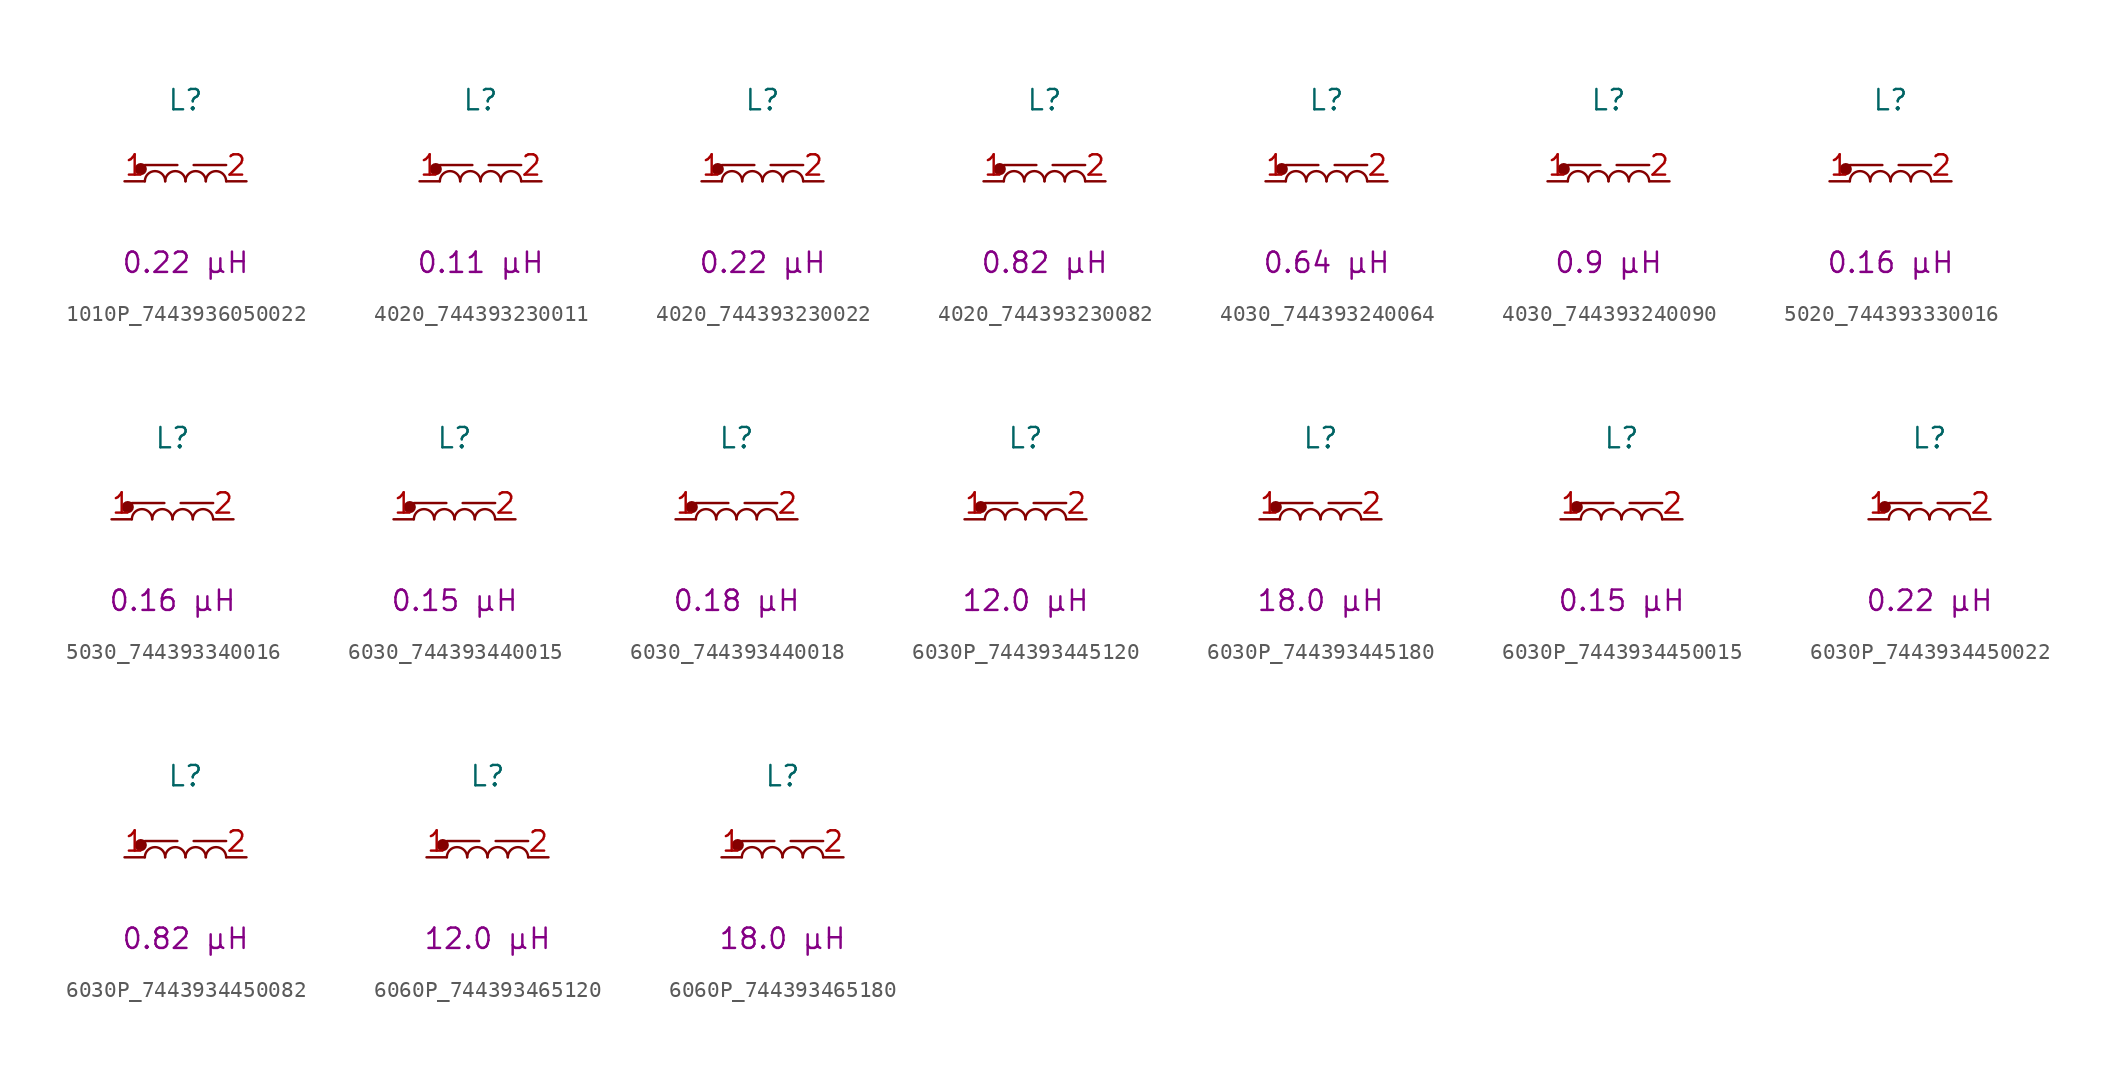
<source format=kicad_sym>
(kicad_symbol_lib
  (version 20220914)
  (generator kicad_symbol_editor)
  (symbol "1010P_7443936050022"
    (pin_names hide)
    (property "Reference" "L"
      (at 0 5.08 0)
      (effects (font (size 1.27 1.27))))
    (property "Critical Parameter" "0.22 µH"
      (at 0 -5.08 0)
      (effects (font (size 1.27 1.27))))
    (symbol "1010P_7443936050022_0_1"
      (arc (start -1.27 0) (mid -1.905 0.6323) (end -2.54 0) (stroke (width 0) (type default)) (fill (type none)))
      (arc (start 0 0) (mid -0.635 0.6323) (end -1.27 0) (stroke (width 0) (type default)) (fill (type none)))
      (polyline (pts (xy -2.54 1.016) (xy -0.508 1.016)) (stroke (width 0) (type default)) (fill (type none)))
      (arc (start 1.27 0) (mid 0.635 0.6323) (end 0 0) (stroke (width 0) (type default)) (fill (type none)))
      (arc (start 2.54 0) (mid 1.905 0.6323) (end 1.27 0) (stroke (width 0) (type default)) (fill (type none))))
    (symbol "1010P_7443936050022_1_1"
      (circle (center -2.794 0.762) (radius 0.0001) (stroke (width 0.381) (type default)) (fill (type none)))
      (polyline (pts (xy 2.54 1.016) (xy 0.508 1.016)) (stroke (width 0) (type default)) (fill (type none)))
      (pin passive line (at -3.81 0 0) (length 1.27) (name "1" (effects (font (size 1.27 1.27)))) (number "1" (effects (font (size 1.27 1.27)))))
      (pin passive line (at 3.81 0 180) (length 1.27) (name "2" (effects (font (size 1.27 1.27)))) (number "2" (effects (font (size 1.27 1.27)))))))
  (symbol "4020_744393230011"
    (pin_names hide)
    (property "Reference" "L"
      (at 0 5.08 0)
      (effects (font (size 1.27 1.27))))
    (property "Critical Parameter" "0.11 µH"
      (at 0 -5.08 0)
      (effects (font (size 1.27 1.27))))
    (symbol "4020_744393230011_0_1"
      (arc (start -1.27 0) (mid -1.905 0.6323) (end -2.54 0) (stroke (width 0) (type default)) (fill (type none)))
      (arc (start 0 0) (mid -0.635 0.6323) (end -1.27 0) (stroke (width 0) (type default)) (fill (type none)))
      (polyline (pts (xy -2.54 1.016) (xy -0.508 1.016)) (stroke (width 0) (type default)) (fill (type none)))
      (arc (start 1.27 0) (mid 0.635 0.6323) (end 0 0) (stroke (width 0) (type default)) (fill (type none)))
      (arc (start 2.54 0) (mid 1.905 0.6323) (end 1.27 0) (stroke (width 0) (type default)) (fill (type none))))
    (symbol "4020_744393230011_1_1"
      (circle (center -2.794 0.762) (radius 0.0001) (stroke (width 0.381) (type default)) (fill (type none)))
      (polyline (pts (xy 2.54 1.016) (xy 0.508 1.016)) (stroke (width 0) (type default)) (fill (type none)))
      (pin passive line (at -3.81 0 0) (length 1.27) (name "1" (effects (font (size 1.27 1.27)))) (number "1" (effects (font (size 1.27 1.27)))))
      (pin passive line (at 3.81 0 180) (length 1.27) (name "2" (effects (font (size 1.27 1.27)))) (number "2" (effects (font (size 1.27 1.27)))))))
  (symbol "4020_744393230022"
    (pin_names hide)
    (property "Reference" "L"
      (at 0 5.08 0)
      (effects (font (size 1.27 1.27))))
    (property "Critical Parameter" "0.22 µH"
      (at 0 -5.08 0)
      (effects (font (size 1.27 1.27))))
    (symbol "4020_744393230022_0_1"
      (arc (start -1.27 0) (mid -1.905 0.6323) (end -2.54 0) (stroke (width 0) (type default)) (fill (type none)))
      (arc (start 0 0) (mid -0.635 0.6323) (end -1.27 0) (stroke (width 0) (type default)) (fill (type none)))
      (polyline (pts (xy -2.54 1.016) (xy -0.508 1.016)) (stroke (width 0) (type default)) (fill (type none)))
      (arc (start 1.27 0) (mid 0.635 0.6323) (end 0 0) (stroke (width 0) (type default)) (fill (type none)))
      (arc (start 2.54 0) (mid 1.905 0.6323) (end 1.27 0) (stroke (width 0) (type default)) (fill (type none))))
    (symbol "4020_744393230022_1_1"
      (circle (center -2.794 0.762) (radius 0.0001) (stroke (width 0.381) (type default)) (fill (type none)))
      (polyline (pts (xy 2.54 1.016) (xy 0.508 1.016)) (stroke (width 0) (type default)) (fill (type none)))
      (pin passive line (at -3.81 0 0) (length 1.27) (name "1" (effects (font (size 1.27 1.27)))) (number "1" (effects (font (size 1.27 1.27)))))
      (pin passive line (at 3.81 0 180) (length 1.27) (name "2" (effects (font (size 1.27 1.27)))) (number "2" (effects (font (size 1.27 1.27)))))))
  (symbol "4020_744393230082"
    (pin_names hide)
    (property "Reference" "L"
      (at 0 5.08 0)
      (effects (font (size 1.27 1.27))))
    (property "Critical Parameter" "0.82 µH"
      (at 0 -5.08 0)
      (effects (font (size 1.27 1.27))))
    (symbol "4020_744393230082_0_1"
      (arc (start -1.27 0) (mid -1.905 0.6323) (end -2.54 0) (stroke (width 0) (type default)) (fill (type none)))
      (arc (start 0 0) (mid -0.635 0.6323) (end -1.27 0) (stroke (width 0) (type default)) (fill (type none)))
      (polyline (pts (xy -2.54 1.016) (xy -0.508 1.016)) (stroke (width 0) (type default)) (fill (type none)))
      (arc (start 1.27 0) (mid 0.635 0.6323) (end 0 0) (stroke (width 0) (type default)) (fill (type none)))
      (arc (start 2.54 0) (mid 1.905 0.6323) (end 1.27 0) (stroke (width 0) (type default)) (fill (type none))))
    (symbol "4020_744393230082_1_1"
      (circle (center -2.794 0.762) (radius 0.0001) (stroke (width 0.381) (type default)) (fill (type none)))
      (polyline (pts (xy 2.54 1.016) (xy 0.508 1.016)) (stroke (width 0) (type default)) (fill (type none)))
      (pin passive line (at -3.81 0 0) (length 1.27) (name "1" (effects (font (size 1.27 1.27)))) (number "1" (effects (font (size 1.27 1.27)))))
      (pin passive line (at 3.81 0 180) (length 1.27) (name "2" (effects (font (size 1.27 1.27)))) (number "2" (effects (font (size 1.27 1.27)))))))
  (symbol "4030_744393240064"
    (pin_names hide)
    (property "Reference" "L"
      (at 0 5.08 0)
      (effects (font (size 1.27 1.27))))
    (property "Critical Parameter" "0.64 µH"
      (at 0 -5.08 0)
      (effects (font (size 1.27 1.27))))
    (symbol "4030_744393240064_0_1"
      (arc (start -1.27 0) (mid -1.905 0.6323) (end -2.54 0) (stroke (width 0) (type default)) (fill (type none)))
      (arc (start 0 0) (mid -0.635 0.6323) (end -1.27 0) (stroke (width 0) (type default)) (fill (type none)))
      (polyline (pts (xy -2.54 1.016) (xy -0.508 1.016)) (stroke (width 0) (type default)) (fill (type none)))
      (arc (start 1.27 0) (mid 0.635 0.6323) (end 0 0) (stroke (width 0) (type default)) (fill (type none)))
      (arc (start 2.54 0) (mid 1.905 0.6323) (end 1.27 0) (stroke (width 0) (type default)) (fill (type none))))
    (symbol "4030_744393240064_1_1"
      (circle (center -2.794 0.762) (radius 0.0001) (stroke (width 0.381) (type default)) (fill (type none)))
      (polyline (pts (xy 2.54 1.016) (xy 0.508 1.016)) (stroke (width 0) (type default)) (fill (type none)))
      (pin passive line (at -3.81 0 0) (length 1.27) (name "1" (effects (font (size 1.27 1.27)))) (number "1" (effects (font (size 1.27 1.27)))))
      (pin passive line (at 3.81 0 180) (length 1.27) (name "2" (effects (font (size 1.27 1.27)))) (number "2" (effects (font (size 1.27 1.27)))))))
  (symbol "4030_744393240090"
    (pin_names hide)
    (property "Reference" "L"
      (at 0 5.08 0)
      (effects (font (size 1.27 1.27))))
    (property "Critical Parameter" "0.9 µH"
      (at 0 -5.08 0)
      (effects (font (size 1.27 1.27))))
    (symbol "4030_744393240090_0_1"
      (arc (start -1.27 0) (mid -1.905 0.6323) (end -2.54 0) (stroke (width 0) (type default)) (fill (type none)))
      (arc (start 0 0) (mid -0.635 0.6323) (end -1.27 0) (stroke (width 0) (type default)) (fill (type none)))
      (polyline (pts (xy -2.54 1.016) (xy -0.508 1.016)) (stroke (width 0) (type default)) (fill (type none)))
      (arc (start 1.27 0) (mid 0.635 0.6323) (end 0 0) (stroke (width 0) (type default)) (fill (type none)))
      (arc (start 2.54 0) (mid 1.905 0.6323) (end 1.27 0) (stroke (width 0) (type default)) (fill (type none))))
    (symbol "4030_744393240090_1_1"
      (circle (center -2.794 0.762) (radius 0.0001) (stroke (width 0.381) (type default)) (fill (type none)))
      (polyline (pts (xy 2.54 1.016) (xy 0.508 1.016)) (stroke (width 0) (type default)) (fill (type none)))
      (pin passive line (at -3.81 0 0) (length 1.27) (name "1" (effects (font (size 1.27 1.27)))) (number "1" (effects (font (size 1.27 1.27)))))
      (pin passive line (at 3.81 0 180) (length 1.27) (name "2" (effects (font (size 1.27 1.27)))) (number "2" (effects (font (size 1.27 1.27)))))))
  (symbol "5020_744393330016"
    (pin_names hide)
    (property "Reference" "L"
      (at 0 5.08 0)
      (effects (font (size 1.27 1.27))))
    (property "Critical Parameter" "0.16 µH"
      (at 0 -5.08 0)
      (effects (font (size 1.27 1.27))))
    (symbol "5020_744393330016_0_1"
      (arc (start -1.27 0) (mid -1.905 0.6323) (end -2.54 0) (stroke (width 0) (type default)) (fill (type none)))
      (arc (start 0 0) (mid -0.635 0.6323) (end -1.27 0) (stroke (width 0) (type default)) (fill (type none)))
      (polyline (pts (xy -2.54 1.016) (xy -0.508 1.016)) (stroke (width 0) (type default)) (fill (type none)))
      (arc (start 1.27 0) (mid 0.635 0.6323) (end 0 0) (stroke (width 0) (type default)) (fill (type none)))
      (arc (start 2.54 0) (mid 1.905 0.6323) (end 1.27 0) (stroke (width 0) (type default)) (fill (type none))))
    (symbol "5020_744393330016_1_1"
      (circle (center -2.794 0.762) (radius 0.0001) (stroke (width 0.381) (type default)) (fill (type none)))
      (polyline (pts (xy 2.54 1.016) (xy 0.508 1.016)) (stroke (width 0) (type default)) (fill (type none)))
      (pin passive line (at -3.81 0 0) (length 1.27) (name "1" (effects (font (size 1.27 1.27)))) (number "1" (effects (font (size 1.27 1.27)))))
      (pin passive line (at 3.81 0 180) (length 1.27) (name "2" (effects (font (size 1.27 1.27)))) (number "2" (effects (font (size 1.27 1.27)))))))
  (symbol "5030_744393340016"
    (pin_names hide)
    (property "Reference" "L"
      (at 0 5.08 0)
      (effects (font (size 1.27 1.27))))
    (property "Critical Parameter" "0.16 µH"
      (at 0 -5.08 0)
      (effects (font (size 1.27 1.27))))
    (symbol "5030_744393340016_0_1"
      (arc (start -1.27 0) (mid -1.905 0.6323) (end -2.54 0) (stroke (width 0) (type default)) (fill (type none)))
      (arc (start 0 0) (mid -0.635 0.6323) (end -1.27 0) (stroke (width 0) (type default)) (fill (type none)))
      (polyline (pts (xy -2.54 1.016) (xy -0.508 1.016)) (stroke (width 0) (type default)) (fill (type none)))
      (arc (start 1.27 0) (mid 0.635 0.6323) (end 0 0) (stroke (width 0) (type default)) (fill (type none)))
      (arc (start 2.54 0) (mid 1.905 0.6323) (end 1.27 0) (stroke (width 0) (type default)) (fill (type none))))
    (symbol "5030_744393340016_1_1"
      (circle (center -2.794 0.762) (radius 0.0001) (stroke (width 0.381) (type default)) (fill (type none)))
      (polyline (pts (xy 2.54 1.016) (xy 0.508 1.016)) (stroke (width 0) (type default)) (fill (type none)))
      (pin passive line (at -3.81 0 0) (length 1.27) (name "1" (effects (font (size 1.27 1.27)))) (number "1" (effects (font (size 1.27 1.27)))))
      (pin passive line (at 3.81 0 180) (length 1.27) (name "2" (effects (font (size 1.27 1.27)))) (number "2" (effects (font (size 1.27 1.27)))))))
  (symbol "6030_744393440015"
    (pin_names hide)
    (property "Reference" "L"
      (at 0 5.08 0)
      (effects (font (size 1.27 1.27))))
    (property "Critical Parameter" "0.15 µH"
      (at 0 -5.08 0)
      (effects (font (size 1.27 1.27))))
    (symbol "6030_744393440015_0_1"
      (arc (start -1.27 0) (mid -1.905 0.6323) (end -2.54 0) (stroke (width 0) (type default)) (fill (type none)))
      (arc (start 0 0) (mid -0.635 0.6323) (end -1.27 0) (stroke (width 0) (type default)) (fill (type none)))
      (polyline (pts (xy -2.54 1.016) (xy -0.508 1.016)) (stroke (width 0) (type default)) (fill (type none)))
      (arc (start 1.27 0) (mid 0.635 0.6323) (end 0 0) (stroke (width 0) (type default)) (fill (type none)))
      (arc (start 2.54 0) (mid 1.905 0.6323) (end 1.27 0) (stroke (width 0) (type default)) (fill (type none))))
    (symbol "6030_744393440015_1_1"
      (circle (center -2.794 0.762) (radius 0.0001) (stroke (width 0.381) (type default)) (fill (type none)))
      (polyline (pts (xy 2.54 1.016) (xy 0.508 1.016)) (stroke (width 0) (type default)) (fill (type none)))
      (pin passive line (at -3.81 0 0) (length 1.27) (name "1" (effects (font (size 1.27 1.27)))) (number "1" (effects (font (size 1.27 1.27)))))
      (pin passive line (at 3.81 0 180) (length 1.27) (name "2" (effects (font (size 1.27 1.27)))) (number "2" (effects (font (size 1.27 1.27)))))))
  (symbol "6030_744393440018"
    (pin_names hide)
    (property "Reference" "L"
      (at 0 5.08 0)
      (effects (font (size 1.27 1.27))))
    (property "Critical Parameter" "0.18 µH"
      (at 0 -5.08 0)
      (effects (font (size 1.27 1.27))))
    (symbol "6030_744393440018_0_1"
      (arc (start -1.27 0) (mid -1.905 0.6323) (end -2.54 0) (stroke (width 0) (type default)) (fill (type none)))
      (arc (start 0 0) (mid -0.635 0.6323) (end -1.27 0) (stroke (width 0) (type default)) (fill (type none)))
      (polyline (pts (xy -2.54 1.016) (xy -0.508 1.016)) (stroke (width 0) (type default)) (fill (type none)))
      (arc (start 1.27 0) (mid 0.635 0.6323) (end 0 0) (stroke (width 0) (type default)) (fill (type none)))
      (arc (start 2.54 0) (mid 1.905 0.6323) (end 1.27 0) (stroke (width 0) (type default)) (fill (type none))))
    (symbol "6030_744393440018_1_1"
      (circle (center -2.794 0.762) (radius 0.0001) (stroke (width 0.381) (type default)) (fill (type none)))
      (polyline (pts (xy 2.54 1.016) (xy 0.508 1.016)) (stroke (width 0) (type default)) (fill (type none)))
      (pin passive line (at -3.81 0 0) (length 1.27) (name "1" (effects (font (size 1.27 1.27)))) (number "1" (effects (font (size 1.27 1.27)))))
      (pin passive line (at 3.81 0 180) (length 1.27) (name "2" (effects (font (size 1.27 1.27)))) (number "2" (effects (font (size 1.27 1.27)))))))
  (symbol "6030P_744393445120"
    (pin_names hide)
    (property "Reference" "L"
      (at 0 5.08 0)
      (effects (font (size 1.27 1.27))))
    (property "Critical Parameter" "12.0 µH"
      (at 0 -5.08 0)
      (effects (font (size 1.27 1.27))))
    (symbol "6030P_744393445120_0_1"
      (arc (start -1.27 0) (mid -1.905 0.6323) (end -2.54 0) (stroke (width 0) (type default)) (fill (type none)))
      (arc (start 0 0) (mid -0.635 0.6323) (end -1.27 0) (stroke (width 0) (type default)) (fill (type none)))
      (polyline (pts (xy -2.54 1.016) (xy -0.508 1.016)) (stroke (width 0) (type default)) (fill (type none)))
      (arc (start 1.27 0) (mid 0.635 0.6323) (end 0 0) (stroke (width 0) (type default)) (fill (type none)))
      (arc (start 2.54 0) (mid 1.905 0.6323) (end 1.27 0) (stroke (width 0) (type default)) (fill (type none))))
    (symbol "6030P_744393445120_1_1"
      (circle (center -2.794 0.762) (radius 0.0001) (stroke (width 0.381) (type default)) (fill (type none)))
      (polyline (pts (xy 2.54 1.016) (xy 0.508 1.016)) (stroke (width 0) (type default)) (fill (type none)))
      (pin passive line (at -3.81 0 0) (length 1.27) (name "1" (effects (font (size 1.27 1.27)))) (number "1" (effects (font (size 1.27 1.27)))))
      (pin passive line (at 3.81 0 180) (length 1.27) (name "2" (effects (font (size 1.27 1.27)))) (number "2" (effects (font (size 1.27 1.27)))))))
  (symbol "6030P_744393445180"
    (pin_names hide)
    (property "Reference" "L"
      (at 0 5.08 0)
      (effects (font (size 1.27 1.27))))
    (property "Critical Parameter" "18.0 µH"
      (at 0 -5.08 0)
      (effects (font (size 1.27 1.27))))
    (symbol "6030P_744393445180_0_1"
      (arc (start -1.27 0) (mid -1.905 0.6323) (end -2.54 0) (stroke (width 0) (type default)) (fill (type none)))
      (arc (start 0 0) (mid -0.635 0.6323) (end -1.27 0) (stroke (width 0) (type default)) (fill (type none)))
      (polyline (pts (xy -2.54 1.016) (xy -0.508 1.016)) (stroke (width 0) (type default)) (fill (type none)))
      (arc (start 1.27 0) (mid 0.635 0.6323) (end 0 0) (stroke (width 0) (type default)) (fill (type none)))
      (arc (start 2.54 0) (mid 1.905 0.6323) (end 1.27 0) (stroke (width 0) (type default)) (fill (type none))))
    (symbol "6030P_744393445180_1_1"
      (circle (center -2.794 0.762) (radius 0.0001) (stroke (width 0.381) (type default)) (fill (type none)))
      (polyline (pts (xy 2.54 1.016) (xy 0.508 1.016)) (stroke (width 0) (type default)) (fill (type none)))
      (pin passive line (at -3.81 0 0) (length 1.27) (name "1" (effects (font (size 1.27 1.27)))) (number "1" (effects (font (size 1.27 1.27)))))
      (pin passive line (at 3.81 0 180) (length 1.27) (name "2" (effects (font (size 1.27 1.27)))) (number "2" (effects (font (size 1.27 1.27)))))))
  (symbol "6030P_7443934450015"
    (pin_names hide)
    (property "Reference" "L"
      (at 0 5.08 0)
      (effects (font (size 1.27 1.27))))
    (property "Critical Parameter" "0.15 µH"
      (at 0 -5.08 0)
      (effects (font (size 1.27 1.27))))
    (symbol "6030P_7443934450015_0_1"
      (arc (start -1.27 0) (mid -1.905 0.6323) (end -2.54 0) (stroke (width 0) (type default)) (fill (type none)))
      (arc (start 0 0) (mid -0.635 0.6323) (end -1.27 0) (stroke (width 0) (type default)) (fill (type none)))
      (polyline (pts (xy -2.54 1.016) (xy -0.508 1.016)) (stroke (width 0) (type default)) (fill (type none)))
      (arc (start 1.27 0) (mid 0.635 0.6323) (end 0 0) (stroke (width 0) (type default)) (fill (type none)))
      (arc (start 2.54 0) (mid 1.905 0.6323) (end 1.27 0) (stroke (width 0) (type default)) (fill (type none))))
    (symbol "6030P_7443934450015_1_1"
      (circle (center -2.794 0.762) (radius 0.0001) (stroke (width 0.381) (type default)) (fill (type none)))
      (polyline (pts (xy 2.54 1.016) (xy 0.508 1.016)) (stroke (width 0) (type default)) (fill (type none)))
      (pin passive line (at -3.81 0 0) (length 1.27) (name "1" (effects (font (size 1.27 1.27)))) (number "1" (effects (font (size 1.27 1.27)))))
      (pin passive line (at 3.81 0 180) (length 1.27) (name "2" (effects (font (size 1.27 1.27)))) (number "2" (effects (font (size 1.27 1.27)))))))
  (symbol "6030P_7443934450022"
    (pin_names hide)
    (property "Reference" "L"
      (at 0 5.08 0)
      (effects (font (size 1.27 1.27))))
    (property "Critical Parameter" "0.22 µH"
      (at 0 -5.08 0)
      (effects (font (size 1.27 1.27))))
    (symbol "6030P_7443934450022_0_1"
      (arc (start -1.27 0) (mid -1.905 0.6323) (end -2.54 0) (stroke (width 0) (type default)) (fill (type none)))
      (arc (start 0 0) (mid -0.635 0.6323) (end -1.27 0) (stroke (width 0) (type default)) (fill (type none)))
      (polyline (pts (xy -2.54 1.016) (xy -0.508 1.016)) (stroke (width 0) (type default)) (fill (type none)))
      (arc (start 1.27 0) (mid 0.635 0.6323) (end 0 0) (stroke (width 0) (type default)) (fill (type none)))
      (arc (start 2.54 0) (mid 1.905 0.6323) (end 1.27 0) (stroke (width 0) (type default)) (fill (type none))))
    (symbol "6030P_7443934450022_1_1"
      (circle (center -2.794 0.762) (radius 0.0001) (stroke (width 0.381) (type default)) (fill (type none)))
      (polyline (pts (xy 2.54 1.016) (xy 0.508 1.016)) (stroke (width 0) (type default)) (fill (type none)))
      (pin passive line (at -3.81 0 0) (length 1.27) (name "1" (effects (font (size 1.27 1.27)))) (number "1" (effects (font (size 1.27 1.27)))))
      (pin passive line (at 3.81 0 180) (length 1.27) (name "2" (effects (font (size 1.27 1.27)))) (number "2" (effects (font (size 1.27 1.27)))))))
  (symbol "6030P_7443934450082"
    (pin_names hide)
    (property "Reference" "L"
      (at 0 5.08 0)
      (effects (font (size 1.27 1.27))))
    (property "Critical Parameter" "0.82 µH"
      (at 0 -5.08 0)
      (effects (font (size 1.27 1.27))))
    (symbol "6030P_7443934450082_0_1"
      (arc (start -1.27 0) (mid -1.905 0.6323) (end -2.54 0) (stroke (width 0) (type default)) (fill (type none)))
      (arc (start 0 0) (mid -0.635 0.6323) (end -1.27 0) (stroke (width 0) (type default)) (fill (type none)))
      (polyline (pts (xy -2.54 1.016) (xy -0.508 1.016)) (stroke (width 0) (type default)) (fill (type none)))
      (arc (start 1.27 0) (mid 0.635 0.6323) (end 0 0) (stroke (width 0) (type default)) (fill (type none)))
      (arc (start 2.54 0) (mid 1.905 0.6323) (end 1.27 0) (stroke (width 0) (type default)) (fill (type none))))
    (symbol "6030P_7443934450082_1_1"
      (circle (center -2.794 0.762) (radius 0.0001) (stroke (width 0.381) (type default)) (fill (type none)))
      (polyline (pts (xy 2.54 1.016) (xy 0.508 1.016)) (stroke (width 0) (type default)) (fill (type none)))
      (pin passive line (at -3.81 0 0) (length 1.27) (name "1" (effects (font (size 1.27 1.27)))) (number "1" (effects (font (size 1.27 1.27)))))
      (pin passive line (at 3.81 0 180) (length 1.27) (name "2" (effects (font (size 1.27 1.27)))) (number "2" (effects (font (size 1.27 1.27)))))))
  (symbol "6060P_744393465120"
    (pin_names hide)
    (property "Reference" "L"
      (at 0 5.08 0)
      (effects (font (size 1.27 1.27))))
    (property "Critical Parameter" "12.0 µH"
      (at 0 -5.08 0)
      (effects (font (size 1.27 1.27))))
    (symbol "6060P_744393465120_0_1"
      (arc (start -1.27 0) (mid -1.905 0.6323) (end -2.54 0) (stroke (width 0) (type default)) (fill (type none)))
      (arc (start 0 0) (mid -0.635 0.6323) (end -1.27 0) (stroke (width 0) (type default)) (fill (type none)))
      (polyline (pts (xy -2.54 1.016) (xy -0.508 1.016)) (stroke (width 0) (type default)) (fill (type none)))
      (arc (start 1.27 0) (mid 0.635 0.6323) (end 0 0) (stroke (width 0) (type default)) (fill (type none)))
      (arc (start 2.54 0) (mid 1.905 0.6323) (end 1.27 0) (stroke (width 0) (type default)) (fill (type none))))
    (symbol "6060P_744393465120_1_1"
      (circle (center -2.794 0.762) (radius 0.0001) (stroke (width 0.381) (type default)) (fill (type none)))
      (polyline (pts (xy 2.54 1.016) (xy 0.508 1.016)) (stroke (width 0) (type default)) (fill (type none)))
      (pin passive line (at -3.81 0 0) (length 1.27) (name "1" (effects (font (size 1.27 1.27)))) (number "1" (effects (font (size 1.27 1.27)))))
      (pin passive line (at 3.81 0 180) (length 1.27) (name "2" (effects (font (size 1.27 1.27)))) (number "2" (effects (font (size 1.27 1.27)))))))
  (symbol "6060P_744393465180"
    (pin_names hide)
    (property "Reference" "L"
      (at 0 5.08 0)
      (effects (font (size 1.27 1.27))))
    (property "Critical Parameter" "18.0 µH"
      (at 0 -5.08 0)
      (effects (font (size 1.27 1.27))))
    (symbol "6060P_744393465180_0_1"
      (arc (start -1.27 0) (mid -1.905 0.6323) (end -2.54 0) (stroke (width 0) (type default)) (fill (type none)))
      (arc (start 0 0) (mid -0.635 0.6323) (end -1.27 0) (stroke (width 0) (type default)) (fill (type none)))
      (polyline (pts (xy -2.54 1.016) (xy -0.508 1.016)) (stroke (width 0) (type default)) (fill (type none)))
      (arc (start 1.27 0) (mid 0.635 0.6323) (end 0 0) (stroke (width 0) (type default)) (fill (type none)))
      (arc (start 2.54 0) (mid 1.905 0.6323) (end 1.27 0) (stroke (width 0) (type default)) (fill (type none))))
    (symbol "6060P_744393465180_1_1"
      (circle (center -2.794 0.762) (radius 0.0001) (stroke (width 0.381) (type default)) (fill (type none)))
      (polyline (pts (xy 2.54 1.016) (xy 0.508 1.016)) (stroke (width 0) (type default)) (fill (type none)))
      (pin passive line (at -3.81 0 0) (length 1.27) (name "1" (effects (font (size 1.27 1.27)))) (number "1" (effects (font (size 1.27 1.27)))))
      (pin passive line (at 3.81 0 180) (length 1.27) (name "2" (effects (font (size 1.27 1.27)))) (number "2" (effects (font (size 1.27 1.27))))))))
</source>
